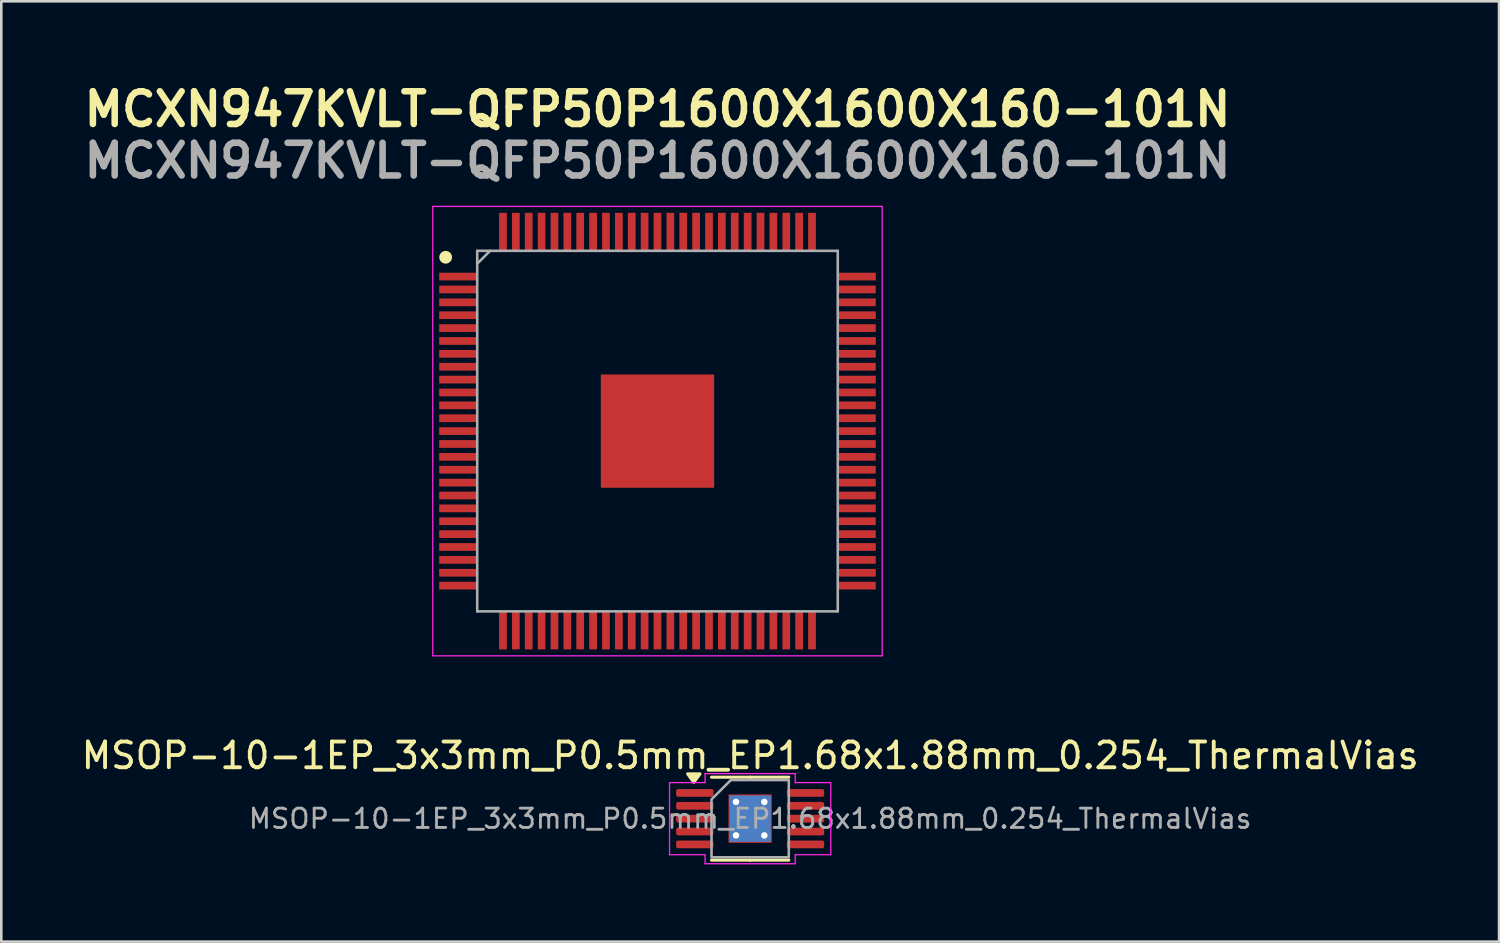
<source format=kicad_pcb>
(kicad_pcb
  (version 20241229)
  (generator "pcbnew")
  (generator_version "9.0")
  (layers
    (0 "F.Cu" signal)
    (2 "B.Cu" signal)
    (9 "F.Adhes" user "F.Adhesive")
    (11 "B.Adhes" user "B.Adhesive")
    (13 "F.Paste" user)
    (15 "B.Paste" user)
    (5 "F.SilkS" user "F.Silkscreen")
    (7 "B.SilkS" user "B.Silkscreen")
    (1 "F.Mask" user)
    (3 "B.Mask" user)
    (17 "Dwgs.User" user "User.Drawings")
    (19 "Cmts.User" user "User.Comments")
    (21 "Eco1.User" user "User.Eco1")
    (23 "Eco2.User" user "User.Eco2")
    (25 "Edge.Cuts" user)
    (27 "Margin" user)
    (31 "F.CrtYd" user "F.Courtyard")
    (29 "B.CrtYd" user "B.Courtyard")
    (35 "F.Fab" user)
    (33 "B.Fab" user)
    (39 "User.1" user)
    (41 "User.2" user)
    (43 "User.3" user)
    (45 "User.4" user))
  (footprint "MSOP-10-1EP_3x3mm_P0.5mm_EP1.68x1.88mm_0.254_ThermalVias"
    (layer "F.Cu")
    (at 26.077 28.737)
    (property "Reference" "MSOP-10-1EP_3x3mm_P0.5mm_EP1.68x1.88mm_0.254_ThermalVias" (at 0 -2.45 0) (layer "F.SilkS") (effects (font (size 1 1) (thickness 0.15))))
    (attr smd)
    (fp_line (start 0 -1.61) (end -1.5 -1.61) (stroke (width 0.12) (type solid)) (layer "F.SilkS"))
    (fp_line (start 0 -1.61) (end 1.5 -1.61) (stroke (width 0.12) (type solid)) (layer "F.SilkS"))
    (fp_line (start 0 1.61) (end -1.5 1.61) (stroke (width 0.12) (type solid)) (layer "F.SilkS"))
    (fp_line (start 0 1.61) (end 1.5 1.61) (stroke (width 0.12) (type solid)) (layer "F.SilkS"))
    (fp_poly (pts (xy -2.188 -1.41) (xy -2.428 -1.74) (xy -1.948 -1.74)) (stroke (width 0.12) (type solid)) (fill yes) (layer "F.SilkS"))
    (fp_line (start -3.13 -1.4) (end -1.75 -1.4) (stroke (width 0.05) (type solid)) (layer "F.CrtYd"))
    (fp_line (start -3.13 1.4) (end -3.13 -1.4) (stroke (width 0.05) (type solid)) (layer "F.CrtYd"))
    (fp_line (start -1.75 -1.75) (end 1.75 -1.75) (stroke (width 0.05) (type solid)) (layer "F.CrtYd"))
    (fp_line (start -1.75 -1.4) (end -1.75 -1.75) (stroke (width 0.05) (type solid)) (layer "F.CrtYd"))
    (fp_line (start -1.75 1.4) (end -3.13 1.4) (stroke (width 0.05) (type solid)) (layer "F.CrtYd"))
    (fp_line (start -1.75 1.75) (end -1.75 1.4) (stroke (width 0.05) (type solid)) (layer "F.CrtYd"))
    (fp_line (start 1.75 -1.75) (end 1.75 -1.4) (stroke (width 0.05) (type solid)) (layer "F.CrtYd"))
    (fp_line (start 1.75 -1.4) (end 3.13 -1.4) (stroke (width 0.05) (type solid)) (layer "F.CrtYd"))
    (fp_line (start 1.75 1.4) (end 1.75 1.75) (stroke (width 0.05) (type solid)) (layer "F.CrtYd"))
    (fp_line (start 1.75 1.75) (end -1.75 1.75) (stroke (width 0.05) (type solid)) (layer "F.CrtYd"))
    (fp_line (start 3.13 -1.4) (end 3.13 1.4) (stroke (width 0.05) (type solid)) (layer "F.CrtYd"))
    (fp_line (start 3.13 1.4) (end 1.75 1.4) (stroke (width 0.05) (type solid)) (layer "F.CrtYd"))
    (fp_poly (pts (xy -1.5 -0.75) (xy -1.5 1.5) (xy 1.5 1.5) (xy 1.5 -1.5) (xy -0.75 -1.5)) (stroke (width 0.1) (type solid)) (fill no) (layer "F.Fab"))
    (fp_text user "${REFERENCE}" (at 0 0 0) (layer "F.Fab") (effects (font (size 0.75 0.75) (thickness 0.11))))
    (pad "" smd roundrect (at -0.42 -0.47) (size 0.7 0.79) (layers "F.Paste") (roundrect_rratio 0.25))
    (pad "" smd roundrect (at -0.42 0.47) (size 0.7 0.79) (layers "F.Paste") (roundrect_rratio 0.25))
    (pad "" smd roundrect (at 0.42 -0.47) (size 0.7 0.79) (layers "F.Paste") (roundrect_rratio 0.25))
    (pad "" smd roundrect (at 0.42 0.47) (size 0.7 0.79) (layers "F.Paste") (roundrect_rratio 0.25))
    (pad "1" smd roundrect (at -2.15 -1) (size 1.45 0.3) (layers "F.Cu" "F.Mask" "F.Paste") (roundrect_rratio 0.25))
    (pad "2" smd roundrect (at -2.15 -0.5) (size 1.45 0.3) (layers "F.Cu" "F.Mask" "F.Paste") (roundrect_rratio 0.25))
    (pad "3" smd roundrect (at -2.15 0) (size 1.45 0.3) (layers "F.Cu" "F.Mask" "F.Paste") (roundrect_rratio 0.25))
    (pad "4" smd roundrect (at -2.15 0.5) (size 1.45 0.3) (layers "F.Cu" "F.Mask" "F.Paste") (roundrect_rratio 0.25))
    (pad "5" smd roundrect (at -2.15 1) (size 1.45 0.3) (layers "F.Cu" "F.Mask" "F.Paste") (roundrect_rratio 0.25))
    (pad "6" smd roundrect (at 2.15 1) (size 1.45 0.3) (layers "F.Cu" "F.Mask" "F.Paste") (roundrect_rratio 0.25))
    (pad "7" smd roundrect (at 2.15 0.5) (size 1.45 0.3) (layers "F.Cu" "F.Mask" "F.Paste") (roundrect_rratio 0.25))
    (pad "8" smd roundrect (at 2.15 0) (size 1.45 0.3) (layers "F.Cu" "F.Mask" "F.Paste") (roundrect_rratio 0.25))
    (pad "9" smd roundrect (at 2.15 -0.5) (size 1.45 0.3) (layers "F.Cu" "F.Mask" "F.Paste") (roundrect_rratio 0.25))
    (pad "10" smd roundrect (at 2.15 -1) (size 1.45 0.3) (layers "F.Cu" "F.Mask" "F.Paste") (roundrect_rratio 0.25))
    (pad "11" thru_hole circle (at -0.55 -0.65) (size 0.5 0.5) (drill 0.254) (property pad_prop_heatsink) (layers "*.Cu"))
    (pad "11" thru_hole circle (at -0.55 0.65) (size 0.5 0.5) (drill 0.254) (property pad_prop_heatsink) (layers "*.Cu"))
    (pad "11" smd rect (at 0 0) (size 1.6 1.8) (property pad_prop_heatsink) (layers "B.Cu"))
    (pad "11" smd rect (at 0 0) (size 1.68 1.88) (property pad_prop_heatsink) (layers "F.Cu" "F.Mask"))
    (pad "11" thru_hole circle (at 0.55 -0.65) (size 0.5 0.5) (drill 0.254) (property pad_prop_heatsink) (layers "*.Cu"))
    (pad "11" thru_hole circle (at 0.55 0.65) (size 0.5 0.5) (drill 0.254) (property pad_prop_heatsink) (layers "*.Cu")))
  (footprint "MCXN947KVLT-QFP50P1600X1600X160-101N"
    (layer "F.Cu")
    (at 22.479 13.689)
    (property "Reference" "MCXN947KVLT-QFP50P1600X1600X160-101N" (at 0 -12.5 0) (layer "F.SilkS") (effects (font (size 1.27 1.27) (thickness 0.254))))
    (attr smd)
    (fp_circle (center -8.225 -6.75) (end -8.225 -6.625) (stroke (width 0.25) (type solid)) (fill no) (layer "F.SilkS"))
    (fp_line (start -8.725 -8.725) (end 8.725 -8.725) (stroke (width 0.05) (type solid)) (layer "F.CrtYd"))
    (fp_line (start -8.725 8.725) (end -8.725 -8.725) (stroke (width 0.05) (type solid)) (layer "F.CrtYd"))
    (fp_line (start 8.725 -8.725) (end 8.725 8.725) (stroke (width 0.05) (type solid)) (layer "F.CrtYd"))
    (fp_line (start 8.725 8.725) (end -8.725 8.725) (stroke (width 0.05) (type solid)) (layer "F.CrtYd"))
    (fp_line (start -7 -7) (end 7 -7) (stroke (width 0.1) (type solid)) (layer "F.Fab"))
    (fp_line (start -7 -6.5) (end -6.5 -7) (stroke (width 0.1) (type solid)) (layer "F.Fab"))
    (fp_line (start -7 7) (end -7 -7) (stroke (width 0.1) (type solid)) (layer "F.Fab"))
    (fp_line (start 7 -7) (end 7 7) (stroke (width 0.1) (type solid)) (layer "F.Fab"))
    (fp_line (start 7 7) (end -7 7) (stroke (width 0.1) (type solid)) (layer "F.Fab"))
    (fp_text user "${REFERENCE}" (at 0 -10.5 0) (layer "F.Fab") (effects (font (size 1.27 1.27) (thickness 0.254))))
    (pad "1" smd rect (at -7.738 -6 90) (size 0.3 1.475) (layers "F.Cu" "F.Mask" "F.Paste"))
    (pad "2" smd rect (at -7.738 -5.5 90) (size 0.3 1.475) (layers "F.Cu" "F.Mask" "F.Paste"))
    (pad "3" smd rect (at -7.738 -5 90) (size 0.3 1.475) (layers "F.Cu" "F.Mask" "F.Paste"))
    (pad "4" smd rect (at -7.738 -4.5 90) (size 0.3 1.475) (layers "F.Cu" "F.Mask" "F.Paste"))
    (pad "5" smd rect (at -7.738 -4 90) (size 0.3 1.475) (layers "F.Cu" "F.Mask" "F.Paste"))
    (pad "6" smd rect (at -7.738 -3.5 90) (size 0.3 1.475) (layers "F.Cu" "F.Mask" "F.Paste"))
    (pad "7" smd rect (at -7.738 -3 90) (size 0.3 1.475) (layers "F.Cu" "F.Mask" "F.Paste"))
    (pad "8" smd rect (at -7.738 -2.5 90) (size 0.3 1.475) (layers "F.Cu" "F.Mask" "F.Paste"))
    (pad "9" smd rect (at -7.738 -2 90) (size 0.3 1.475) (layers "F.Cu" "F.Mask" "F.Paste"))
    (pad "10" smd rect (at -7.738 -1.5 90) (size 0.3 1.475) (layers "F.Cu" "F.Mask" "F.Paste"))
    (pad "11" smd rect (at -7.738 -1 90) (size 0.3 1.475) (layers "F.Cu" "F.Mask" "F.Paste"))
    (pad "12" smd rect (at -7.738 -0.5 90) (size 0.3 1.475) (layers "F.Cu" "F.Mask" "F.Paste"))
    (pad "13" smd rect (at -7.738 0 90) (size 0.3 1.475) (layers "F.Cu" "F.Mask" "F.Paste"))
    (pad "14" smd rect (at -7.738 0.5 90) (size 0.3 1.475) (layers "F.Cu" "F.Mask" "F.Paste"))
    (pad "15" smd rect (at -7.738 1 90) (size 0.3 1.475) (layers "F.Cu" "F.Mask" "F.Paste"))
    (pad "16" smd rect (at -7.738 1.5 90) (size 0.3 1.475) (layers "F.Cu" "F.Mask" "F.Paste"))
    (pad "17" smd rect (at -7.738 2 90) (size 0.3 1.475) (layers "F.Cu" "F.Mask" "F.Paste"))
    (pad "18" smd rect (at -7.738 2.5 90) (size 0.3 1.475) (layers "F.Cu" "F.Mask" "F.Paste"))
    (pad "19" smd rect (at -7.738 3 90) (size 0.3 1.475) (layers "F.Cu" "F.Mask" "F.Paste"))
    (pad "20" smd rect (at -7.738 3.5 90) (size 0.3 1.475) (layers "F.Cu" "F.Mask" "F.Paste"))
    (pad "21" smd rect (at -7.738 4 90) (size 0.3 1.475) (layers "F.Cu" "F.Mask" "F.Paste"))
    (pad "22" smd rect (at -7.738 4.5 90) (size 0.3 1.475) (layers "F.Cu" "F.Mask" "F.Paste"))
    (pad "23" smd rect (at -7.738 5 90) (size 0.3 1.475) (layers "F.Cu" "F.Mask" "F.Paste"))
    (pad "24" smd rect (at -7.738 5.5 90) (size 0.3 1.475) (layers "F.Cu" "F.Mask" "F.Paste"))
    (pad "25" smd rect (at -7.738 6 90) (size 0.3 1.475) (layers "F.Cu" "F.Mask" "F.Paste"))
    (pad "26" smd rect (at -6 7.738) (size 0.3 1.475) (layers "F.Cu" "F.Mask" "F.Paste"))
    (pad "27" smd rect (at -5.5 7.738) (size 0.3 1.475) (layers "F.Cu" "F.Mask" "F.Paste"))
    (pad "28" smd rect (at -5 7.738) (size 0.3 1.475) (layers "F.Cu" "F.Mask" "F.Paste"))
    (pad "29" smd rect (at -4.5 7.738) (size 0.3 1.475) (layers "F.Cu" "F.Mask" "F.Paste"))
    (pad "30" smd rect (at -4 7.738) (size 0.3 1.475) (layers "F.Cu" "F.Mask" "F.Paste"))
    (pad "31" smd rect (at -3.5 7.738) (size 0.3 1.475) (layers "F.Cu" "F.Mask" "F.Paste"))
    (pad "32" smd rect (at -3 7.738) (size 0.3 1.475) (layers "F.Cu" "F.Mask" "F.Paste"))
    (pad "33" smd rect (at -2.5 7.738) (size 0.3 1.475) (layers "F.Cu" "F.Mask" "F.Paste"))
    (pad "34" smd rect (at -2 7.738) (size 0.3 1.475) (layers "F.Cu" "F.Mask" "F.Paste"))
    (pad "35" smd rect (at -1.5 7.738) (size 0.3 1.475) (layers "F.Cu" "F.Mask" "F.Paste"))
    (pad "36" smd rect (at -1 7.738) (size 0.3 1.475) (layers "F.Cu" "F.Mask" "F.Paste"))
    (pad "37" smd rect (at -0.5 7.738) (size 0.3 1.475) (layers "F.Cu" "F.Mask" "F.Paste"))
    (pad "38" smd rect (at 0 7.738) (size 0.3 1.475) (layers "F.Cu" "F.Mask" "F.Paste"))
    (pad "39" smd rect (at 0.5 7.738) (size 0.3 1.475) (layers "F.Cu" "F.Mask" "F.Paste"))
    (pad "40" smd rect (at 1 7.738) (size 0.3 1.475) (layers "F.Cu" "F.Mask" "F.Paste"))
    (pad "41" smd rect (at 1.5 7.738) (size 0.3 1.475) (layers "F.Cu" "F.Mask" "F.Paste"))
    (pad "42" smd rect (at 2 7.738) (size 0.3 1.475) (layers "F.Cu" "F.Mask" "F.Paste"))
    (pad "43" smd rect (at 2.5 7.738) (size 0.3 1.475) (layers "F.Cu" "F.Mask" "F.Paste"))
    (pad "44" smd rect (at 3 7.738) (size 0.3 1.475) (layers "F.Cu" "F.Mask" "F.Paste"))
    (pad "45" smd rect (at 3.5 7.738) (size 0.3 1.475) (layers "F.Cu" "F.Mask" "F.Paste"))
    (pad "46" smd rect (at 4 7.738) (size 0.3 1.475) (layers "F.Cu" "F.Mask" "F.Paste"))
    (pad "47" smd rect (at 4.5 7.738) (size 0.3 1.475) (layers "F.Cu" "F.Mask" "F.Paste"))
    (pad "48" smd rect (at 5 7.738) (size 0.3 1.475) (layers "F.Cu" "F.Mask" "F.Paste"))
    (pad "49" smd rect (at 5.5 7.738) (size 0.3 1.475) (layers "F.Cu" "F.Mask" "F.Paste"))
    (pad "50" smd rect (at 6 7.738) (size 0.3 1.475) (layers "F.Cu" "F.Mask" "F.Paste"))
    (pad "51" smd rect (at 7.738 6 90) (size 0.3 1.475) (layers "F.Cu" "F.Mask" "F.Paste"))
    (pad "52" smd rect (at 7.738 5.5 90) (size 0.3 1.475) (layers "F.Cu" "F.Mask" "F.Paste"))
    (pad "53" smd rect (at 7.738 5 90) (size 0.3 1.475) (layers "F.Cu" "F.Mask" "F.Paste"))
    (pad "54" smd rect (at 7.738 4.5 90) (size 0.3 1.475) (layers "F.Cu" "F.Mask" "F.Paste"))
    (pad "55" smd rect (at 7.738 4 90) (size 0.3 1.475) (layers "F.Cu" "F.Mask" "F.Paste"))
    (pad "56" smd rect (at 7.738 3.5 90) (size 0.3 1.475) (layers "F.Cu" "F.Mask" "F.Paste"))
    (pad "57" smd rect (at 7.738 3 90) (size 0.3 1.475) (layers "F.Cu" "F.Mask" "F.Paste"))
    (pad "58" smd rect (at 7.738 2.5 90) (size 0.3 1.475) (layers "F.Cu" "F.Mask" "F.Paste"))
    (pad "59" smd rect (at 7.738 2 90) (size 0.3 1.475) (layers "F.Cu" "F.Mask" "F.Paste"))
    (pad "60" smd rect (at 7.738 1.5 90) (size 0.3 1.475) (layers "F.Cu" "F.Mask" "F.Paste"))
    (pad "61" smd rect (at 7.738 1 90) (size 0.3 1.475) (layers "F.Cu" "F.Mask" "F.Paste"))
    (pad "62" smd rect (at 7.738 0.5 90) (size 0.3 1.475) (layers "F.Cu" "F.Mask" "F.Paste"))
    (pad "63" smd rect (at 7.738 0 90) (size 0.3 1.475) (layers "F.Cu" "F.Mask" "F.Paste"))
    (pad "64" smd rect (at 7.738 -0.5 90) (size 0.3 1.475) (layers "F.Cu" "F.Mask" "F.Paste"))
    (pad "65" smd rect (at 7.738 -1 90) (size 0.3 1.475) (layers "F.Cu" "F.Mask" "F.Paste"))
    (pad "66" smd rect (at 7.738 -1.5 90) (size 0.3 1.475) (layers "F.Cu" "F.Mask" "F.Paste"))
    (pad "67" smd rect (at 7.738 -2 90) (size 0.3 1.475) (layers "F.Cu" "F.Mask" "F.Paste"))
    (pad "68" smd rect (at 7.738 -2.5 90) (size 0.3 1.475) (layers "F.Cu" "F.Mask" "F.Paste"))
    (pad "69" smd rect (at 7.738 -3 90) (size 0.3 1.475) (layers "F.Cu" "F.Mask" "F.Paste"))
    (pad "70" smd rect (at 7.738 -3.5 90) (size 0.3 1.475) (layers "F.Cu" "F.Mask" "F.Paste"))
    (pad "71" smd rect (at 7.738 -4 90) (size 0.3 1.475) (layers "F.Cu" "F.Mask" "F.Paste"))
    (pad "72" smd rect (at 7.738 -4.5 90) (size 0.3 1.475) (layers "F.Cu" "F.Mask" "F.Paste"))
    (pad "73" smd rect (at 7.738 -5 90) (size 0.3 1.475) (layers "F.Cu" "F.Mask" "F.Paste"))
    (pad "74" smd rect (at 7.738 -5.5 90) (size 0.3 1.475) (layers "F.Cu" "F.Mask" "F.Paste"))
    (pad "75" smd rect (at 7.738 -6 90) (size 0.3 1.475) (layers "F.Cu" "F.Mask" "F.Paste"))
    (pad "76" smd rect (at 6 -7.738) (size 0.3 1.475) (layers "F.Cu" "F.Mask" "F.Paste"))
    (pad "77" smd rect (at 5.5 -7.738) (size 0.3 1.475) (layers "F.Cu" "F.Mask" "F.Paste"))
    (pad "78" smd rect (at 5 -7.738) (size 0.3 1.475) (layers "F.Cu" "F.Mask" "F.Paste"))
    (pad "79" smd rect (at 4.5 -7.738) (size 0.3 1.475) (layers "F.Cu" "F.Mask" "F.Paste"))
    (pad "80" smd rect (at 4 -7.738) (size 0.3 1.475) (layers "F.Cu" "F.Mask" "F.Paste"))
    (pad "81" smd rect (at 3.5 -7.738) (size 0.3 1.475) (layers "F.Cu" "F.Mask" "F.Paste"))
    (pad "82" smd rect (at 3 -7.738) (size 0.3 1.475) (layers "F.Cu" "F.Mask" "F.Paste"))
    (pad "83" smd rect (at 2.5 -7.738) (size 0.3 1.475) (layers "F.Cu" "F.Mask" "F.Paste"))
    (pad "84" smd rect (at 2 -7.738) (size 0.3 1.475) (layers "F.Cu" "F.Mask" "F.Paste"))
    (pad "85" smd rect (at 1.5 -7.738) (size 0.3 1.475) (layers "F.Cu" "F.Mask" "F.Paste"))
    (pad "86" smd rect (at 1 -7.738) (size 0.3 1.475) (layers "F.Cu" "F.Mask" "F.Paste"))
    (pad "87" smd rect (at 0.5 -7.738) (size 0.3 1.475) (layers "F.Cu" "F.Mask" "F.Paste"))
    (pad "88" smd rect (at 0 -7.738) (size 0.3 1.475) (layers "F.Cu" "F.Mask" "F.Paste"))
    (pad "89" smd rect (at -0.5 -7.738) (size 0.3 1.475) (layers "F.Cu" "F.Mask" "F.Paste"))
    (pad "90" smd rect (at -1 -7.738) (size 0.3 1.475) (layers "F.Cu" "F.Mask" "F.Paste"))
    (pad "91" smd rect (at -1.5 -7.738) (size 0.3 1.475) (layers "F.Cu" "F.Mask" "F.Paste"))
    (pad "92" smd rect (at -2 -7.738) (size 0.3 1.475) (layers "F.Cu" "F.Mask" "F.Paste"))
    (pad "93" smd rect (at -2.5 -7.738) (size 0.3 1.475) (layers "F.Cu" "F.Mask" "F.Paste"))
    (pad "94" smd rect (at -3 -7.738) (size 0.3 1.475) (layers "F.Cu" "F.Mask" "F.Paste"))
    (pad "95" smd rect (at -3.5 -7.738) (size 0.3 1.475) (layers "F.Cu" "F.Mask" "F.Paste"))
    (pad "96" smd rect (at -4 -7.738) (size 0.3 1.475) (layers "F.Cu" "F.Mask" "F.Paste"))
    (pad "97" smd rect (at -4.5 -7.738) (size 0.3 1.475) (layers "F.Cu" "F.Mask" "F.Paste"))
    (pad "98" smd rect (at -5 -7.738) (size 0.3 1.475) (layers "F.Cu" "F.Mask" "F.Paste"))
    (pad "99" smd rect (at -5.5 -7.738) (size 0.3 1.475) (layers "F.Cu" "F.Mask" "F.Paste"))
    (pad "100" smd rect (at -6 -7.738) (size 0.3 1.475) (layers "F.Cu" "F.Mask" "F.Paste"))
    (pad "101" smd rect (at 0 0) (size 4.4 4.4) (layers "F.Cu" "F.Mask" "F.Paste")))
  (gr_rect
    (start -3 -3)
    (end 55.155 33.512)
    (stroke (width 0.1) (type default))
    (fill no)
    (layer "Edge.Cuts")))
</source>
